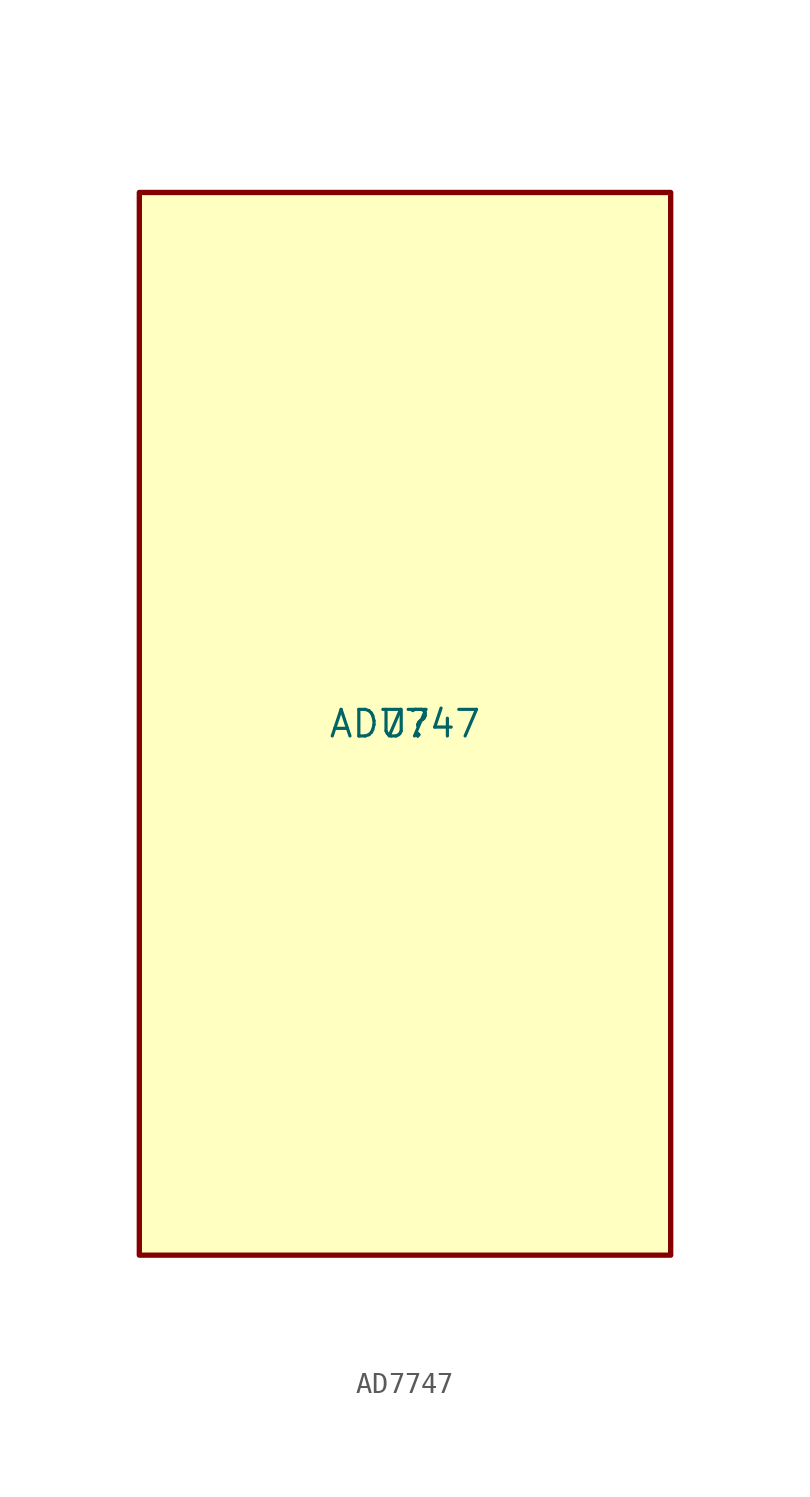
<source format=kicad_sym>
(kicad_symbol_lib
  (version 20220914)
  (generator kicad_symbol_editor)
  (symbol "AD7747"
    (property "Reference" "U"
      (at 0 0 0)
      (effects (font (size 1.27 1.27))))
    (property "Value" "AD7747"
      (at 0 0 0)
      (effects (font (size 1.27 1.27))))
    (symbol "AD7747_1_1"
      (rectangle (start -12.7 25.4) (end 12.7 -25.4) (stroke (width 0.254) (type default)) (fill (type background))))))
</source>
